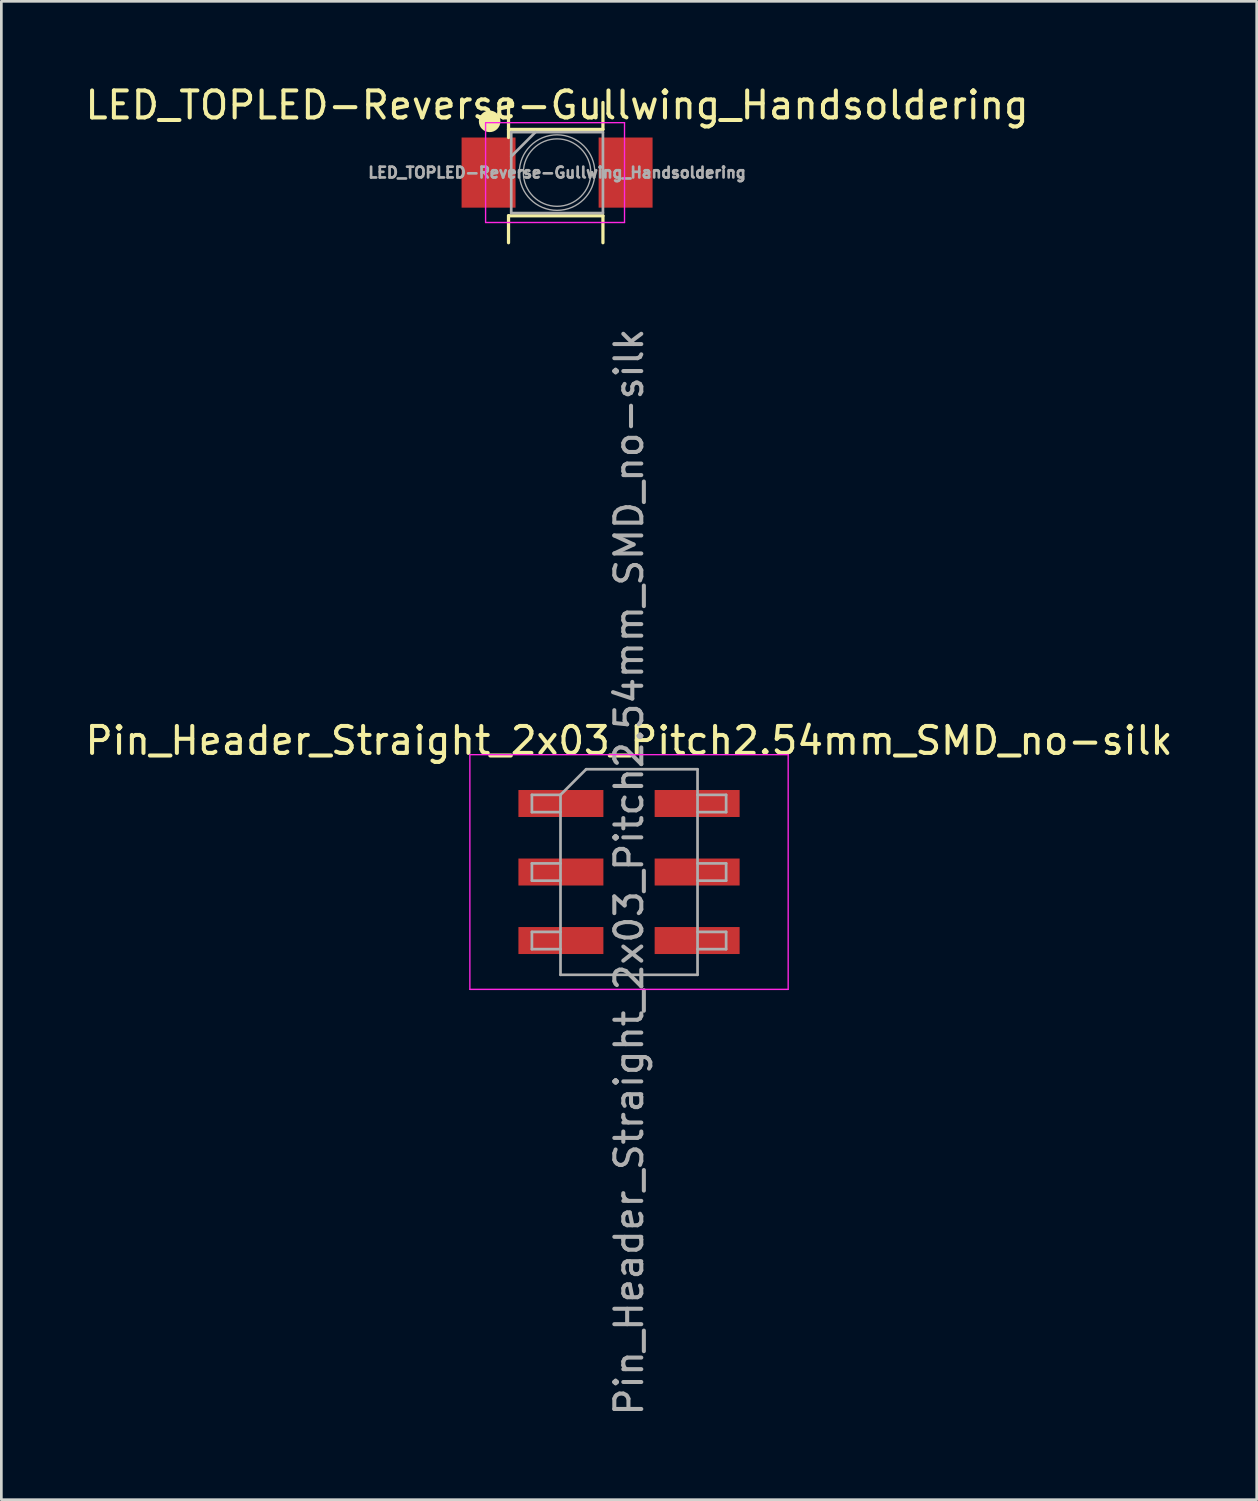
<source format=kicad_pcb>
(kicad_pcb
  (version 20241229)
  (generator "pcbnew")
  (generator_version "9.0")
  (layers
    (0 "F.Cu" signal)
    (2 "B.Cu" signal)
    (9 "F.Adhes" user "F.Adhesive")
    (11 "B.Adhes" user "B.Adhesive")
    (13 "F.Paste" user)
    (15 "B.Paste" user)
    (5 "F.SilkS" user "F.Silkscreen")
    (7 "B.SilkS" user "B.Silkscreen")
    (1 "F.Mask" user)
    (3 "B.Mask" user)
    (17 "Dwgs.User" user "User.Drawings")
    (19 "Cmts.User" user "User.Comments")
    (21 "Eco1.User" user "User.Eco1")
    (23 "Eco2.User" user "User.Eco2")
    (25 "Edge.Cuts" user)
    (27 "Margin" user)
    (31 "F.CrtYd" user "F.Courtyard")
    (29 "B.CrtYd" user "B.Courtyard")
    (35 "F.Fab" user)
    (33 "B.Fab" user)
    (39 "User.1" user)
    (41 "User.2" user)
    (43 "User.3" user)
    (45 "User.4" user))
  (footprint "LED_TOPLED-Reverse-Gullwing_Handsoldering"
    (layer "F.Cu")
    (at 17.601 3.348)
    (property "Reference" "LED_TOPLED-Reverse-Gullwing_Handsoldering" (at 0 -2.5 0) (layer "F.SilkS") (effects (font (size 1 1) (thickness 0.15))))
    (attr smd)
    (fp_line (start -1.8 -1.6) (end -1.8 -2.6) (stroke (width 0.12) (type solid)) (layer "F.SilkS"))
    (fp_line (start -1.8 -1.6) (end -1.8 -1.3) (stroke (width 0.12) (type solid)) (layer "F.SilkS"))
    (fp_line (start -1.8 2.6) (end -1.8 1.6) (stroke (width 0.12) (type solid)) (layer "F.SilkS"))
    (fp_line (start 1.7 -1.6) (end -1.8 -1.6) (stroke (width 0.12) (type solid)) (layer "F.SilkS"))
    (fp_line (start 1.7 -1.6) (end 1.7 -2.6) (stroke (width 0.12) (type solid)) (layer "F.SilkS"))
    (fp_line (start 1.7 1.6) (end -1.8 1.6) (stroke (width 0.12) (type solid)) (layer "F.SilkS"))
    (fp_line (start 1.7 2.6) (end 1.7 1.6) (stroke (width 0.12) (type solid)) (layer "F.SilkS"))
    (fp_circle (center -2.5 -1.9) (end -2.3 -1.9) (stroke (width 0.4) (type solid)) (fill no) (layer "F.SilkS"))
    (fp_line (start -2.65 -1.85) (end 2.5 -1.85) (stroke (width 0.05) (type solid)) (layer "F.CrtYd"))
    (fp_line (start -2.65 1.85) (end -2.65 -1.85) (stroke (width 0.05) (type solid)) (layer "F.CrtYd"))
    (fp_line (start 2.5 -1.85) (end 2.5 1.85) (stroke (width 0.05) (type solid)) (layer "F.CrtYd"))
    (fp_line (start 2.5 1.85) (end -2.65 1.85) (stroke (width 0.05) (type solid)) (layer "F.CrtYd"))
    (fp_line (start -1.7 -1.5) (end -1.7 1.5) (stroke (width 0.1) (type solid)) (layer "F.Fab"))
    (fp_line (start -1.7 -0.6) (end -0.8 -1.5) (stroke (width 0.1) (type solid)) (layer "F.Fab"))
    (fp_line (start -1.7 1.5) (end 1.7 1.5) (stroke (width 0.1) (type solid)) (layer "F.Fab"))
    (fp_line (start 1.7 -1.5) (end -1.7 -1.5) (stroke (width 0.1) (type solid)) (layer "F.Fab"))
    (fp_line (start 1.7 1.5) (end 1.7 -1.5) (stroke (width 0.1) (type solid)) (layer "F.Fab"))
    (fp_circle (center 0 0) (end 1.25 0) (stroke (width 0.05) (type solid)) (fill no) (layer "F.Fab"))
    (fp_circle (center 0 0) (end 1.4 0) (stroke (width 0.05) (type solid)) (fill no) (layer "F.Fab"))
    (fp_text user "${REFERENCE}" (at 0 0 0) (layer "F.Fab") (effects (font (size 0.4 0.4) (thickness 0.1))))
    (pad "1" smd rect (at -2.54 0) (size 2 2.6) (layers "F.Cu" "F.Mask" "F.Paste"))
    (pad "2" smd rect (at 2.54 0) (size 2 2.6) (layers "F.Cu" "F.Mask" "F.Paste")))
  (footprint "Pin_Header_Straight_2x03_Pitch2.54mm_SMD_no-silk"
    (layer "F.Cu")
    (at 20.268 29.276)
    (property "Reference" "Pin_Header_Straight_2x03_Pitch2.54mm_SMD_no-silk" (at 0 -4.87 0) (layer "F.SilkS") (effects (font (size 1 1) (thickness 0.15))))
    (attr smd)
    (fp_line (start -5.9 -4.35) (end -5.9 4.35) (stroke (width 0.05) (type solid)) (layer "F.CrtYd"))
    (fp_line (start -5.9 4.35) (end 5.9 4.35) (stroke (width 0.05) (type solid)) (layer "F.CrtYd"))
    (fp_line (start 5.9 -4.35) (end -5.9 -4.35) (stroke (width 0.05) (type solid)) (layer "F.CrtYd"))
    (fp_line (start 5.9 4.35) (end 5.9 -4.35) (stroke (width 0.05) (type solid)) (layer "F.CrtYd"))
    (fp_line (start -3.6 -2.86) (end -3.6 -2.22) (stroke (width 0.1) (type solid)) (layer "F.Fab"))
    (fp_line (start -3.6 -2.22) (end -2.54 -2.22) (stroke (width 0.1) (type solid)) (layer "F.Fab"))
    (fp_line (start -3.6 -0.32) (end -3.6 0.32) (stroke (width 0.1) (type solid)) (layer "F.Fab"))
    (fp_line (start -3.6 0.32) (end -2.54 0.32) (stroke (width 0.1) (type solid)) (layer "F.Fab"))
    (fp_line (start -3.6 2.22) (end -3.6 2.86) (stroke (width 0.1) (type solid)) (layer "F.Fab"))
    (fp_line (start -3.6 2.86) (end -2.54 2.86) (stroke (width 0.1) (type solid)) (layer "F.Fab"))
    (fp_line (start -2.54 -2.86) (end -3.6 -2.86) (stroke (width 0.1) (type solid)) (layer "F.Fab"))
    (fp_line (start -2.54 -2.86) (end -1.59 -3.81) (stroke (width 0.1) (type solid)) (layer "F.Fab"))
    (fp_line (start -2.54 -0.32) (end -3.6 -0.32) (stroke (width 0.1) (type solid)) (layer "F.Fab"))
    (fp_line (start -2.54 2.22) (end -3.6 2.22) (stroke (width 0.1) (type solid)) (layer "F.Fab"))
    (fp_line (start -2.54 3.81) (end -2.54 -2.86) (stroke (width 0.1) (type solid)) (layer "F.Fab"))
    (fp_line (start -1.59 -3.81) (end 2.54 -3.81) (stroke (width 0.1) (type solid)) (layer "F.Fab"))
    (fp_line (start 2.54 -3.81) (end 2.54 3.81) (stroke (width 0.1) (type solid)) (layer "F.Fab"))
    (fp_line (start 2.54 -2.86) (end 3.6 -2.86) (stroke (width 0.1) (type solid)) (layer "F.Fab"))
    (fp_line (start 2.54 -0.32) (end 3.6 -0.32) (stroke (width 0.1) (type solid)) (layer "F.Fab"))
    (fp_line (start 2.54 2.22) (end 3.6 2.22) (stroke (width 0.1) (type solid)) (layer "F.Fab"))
    (fp_line (start 2.54 3.81) (end -2.54 3.81) (stroke (width 0.1) (type solid)) (layer "F.Fab"))
    (fp_line (start 3.6 -2.86) (end 3.6 -2.22) (stroke (width 0.1) (type solid)) (layer "F.Fab"))
    (fp_line (start 3.6 -2.22) (end 2.54 -2.22) (stroke (width 0.1) (type solid)) (layer "F.Fab"))
    (fp_line (start 3.6 -0.32) (end 3.6 0.32) (stroke (width 0.1) (type solid)) (layer "F.Fab"))
    (fp_line (start 3.6 0.32) (end 2.54 0.32) (stroke (width 0.1) (type solid)) (layer "F.Fab"))
    (fp_line (start 3.6 2.22) (end 3.6 2.86) (stroke (width 0.1) (type solid)) (layer "F.Fab"))
    (fp_line (start 3.6 2.86) (end 2.54 2.86) (stroke (width 0.1) (type solid)) (layer "F.Fab"))
    (fp_text user "${REFERENCE}" (at 0 0 90) (layer "F.Fab") (effects (font (size 1 1) (thickness 0.15))))
    (pad "1" smd rect (at -2.525 -2.54) (size 3.15 1) (layers "F.Cu" "F.Mask" "F.Paste"))
    (pad "2" smd rect (at 2.525 -2.54) (size 3.15 1) (layers "F.Cu" "F.Mask" "F.Paste"))
    (pad "3" smd rect (at -2.525 0) (size 3.15 1) (layers "F.Cu" "F.Mask" "F.Paste"))
    (pad "4" smd rect (at 2.525 0) (size 3.15 1) (layers "F.Cu" "F.Mask" "F.Paste"))
    (pad "5" smd rect (at -2.525 2.54) (size 3.15 1) (layers "F.Cu" "F.Mask" "F.Paste"))
    (pad "6" smd rect (at 2.525 2.54) (size 3.15 1) (layers "F.Cu" "F.Mask" "F.Paste")))
  (gr_rect
    (start -3 -3)
    (end 43.536 52.544)
    (stroke (width 0.1) (type default))
    (fill no)
    (layer "Edge.Cuts")))
</source>
